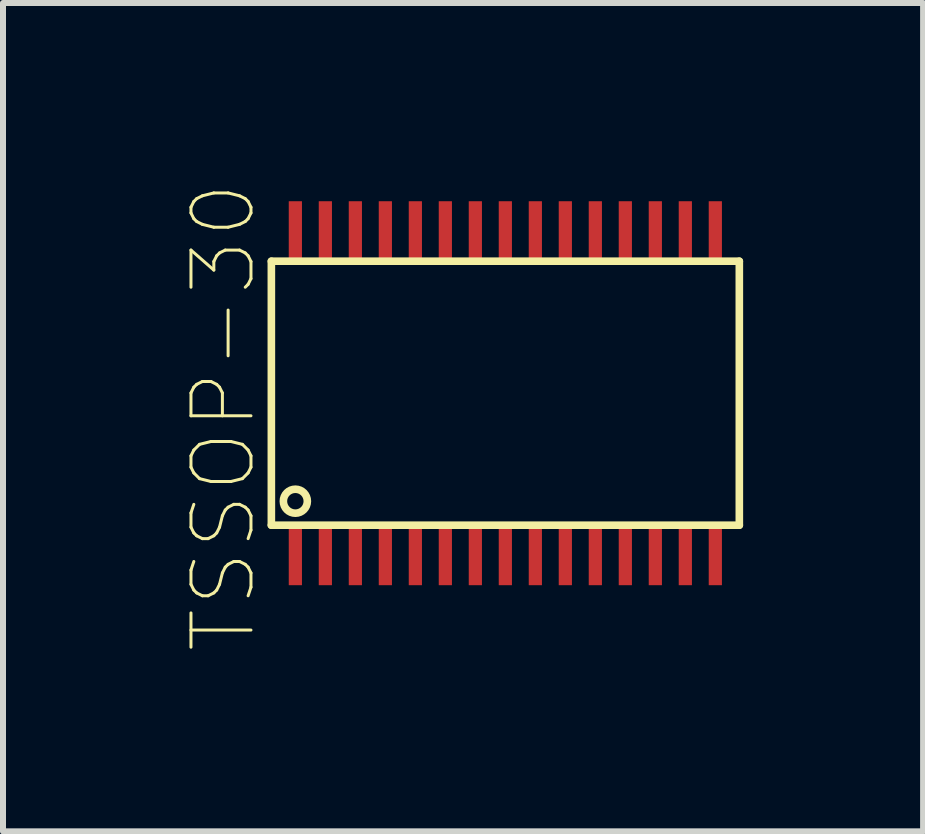
<source format=kicad_pcb>
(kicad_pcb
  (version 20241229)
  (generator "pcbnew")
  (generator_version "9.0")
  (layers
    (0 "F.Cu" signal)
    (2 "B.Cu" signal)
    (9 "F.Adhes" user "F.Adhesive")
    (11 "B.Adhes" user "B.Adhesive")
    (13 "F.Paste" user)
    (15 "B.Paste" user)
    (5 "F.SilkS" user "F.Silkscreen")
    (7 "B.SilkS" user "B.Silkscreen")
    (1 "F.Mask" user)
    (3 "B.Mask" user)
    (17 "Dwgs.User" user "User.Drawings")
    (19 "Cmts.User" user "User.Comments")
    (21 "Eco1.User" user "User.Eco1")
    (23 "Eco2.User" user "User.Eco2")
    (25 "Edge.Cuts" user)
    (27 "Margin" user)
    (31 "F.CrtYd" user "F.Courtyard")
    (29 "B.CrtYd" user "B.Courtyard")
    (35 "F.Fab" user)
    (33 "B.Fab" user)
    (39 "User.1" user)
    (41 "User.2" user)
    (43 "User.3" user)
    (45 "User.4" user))
  (footprint "TSSOP-30"
    (layer "F.Cu")
    (at 1.873 6.204)
    (property "Reference" "TSSOP-30" (at -1.2 -2.3 90) (layer "F.SilkS") (effects (font (size 1 1) (thickness 0.05))))
    (attr smd)
    (fp_line (start -0.4 -4.9) (end -0.4 -0.5) (stroke (width 0.127) (type solid)) (layer "F.SilkS"))
    (fp_line (start -0.4 -0.5) (end 7.4 -0.5) (stroke (width 0.127) (type solid)) (layer "F.SilkS"))
    (fp_line (start 7.4 -4.9) (end -0.4 -4.9) (stroke (width 0.127) (type solid)) (layer "F.SilkS"))
    (fp_line (start 7.4 -0.5) (end 7.4 -4.9) (stroke (width 0.127) (type solid)) (layer "F.SilkS"))
    (fp_circle (center 0 -0.9) (end 0.2 -0.9) (stroke (width 0.127) (type solid)) (fill no) (layer "F.SilkS"))
    (pad "1" smd rect (at 0 0 90) (size 1 0.22) (layers "F.Cu" "F.Mask" "F.Paste"))
    (pad "2" smd rect (at 0.5 0 90) (size 1 0.22) (layers "F.Cu" "F.Mask" "F.Paste"))
    (pad "3" smd rect (at 1 0 90) (size 1 0.22) (layers "F.Cu" "F.Mask" "F.Paste"))
    (pad "4" smd rect (at 1.5 0 90) (size 1 0.22) (layers "F.Cu" "F.Mask" "F.Paste"))
    (pad "5" smd rect (at 2 0 90) (size 1 0.22) (layers "F.Cu" "F.Mask" "F.Paste"))
    (pad "6" smd rect (at 2.5 0 90) (size 1 0.22) (layers "F.Cu" "F.Mask" "F.Paste"))
    (pad "7" smd rect (at 3 0 90) (size 1 0.22) (layers "F.Cu" "F.Mask" "F.Paste"))
    (pad "8" smd rect (at 3.5 0 90) (size 1 0.22) (layers "F.Cu" "F.Mask" "F.Paste"))
    (pad "9" smd rect (at 4 0 90) (size 1 0.22) (layers "F.Cu" "F.Mask" "F.Paste"))
    (pad "10" smd rect (at 4.5 0 90) (size 1 0.22) (layers "F.Cu" "F.Mask" "F.Paste"))
    (pad "11" smd rect (at 5 0 90) (size 1 0.22) (layers "F.Cu" "F.Mask" "F.Paste"))
    (pad "12" smd rect (at 5.5 0 90) (size 1 0.22) (layers "F.Cu" "F.Mask" "F.Paste"))
    (pad "13" smd rect (at 6 0 90) (size 1 0.22) (layers "F.Cu" "F.Mask" "F.Paste"))
    (pad "14" smd rect (at 6.5 0 90) (size 1 0.22) (layers "F.Cu" "F.Mask" "F.Paste"))
    (pad "15" smd rect (at 7 0 90) (size 1 0.22) (layers "F.Cu" "F.Mask" "F.Paste"))
    (pad "16" smd rect (at 7 -5.4 90) (size 1 0.22) (layers "F.Cu" "F.Mask" "F.Paste"))
    (pad "17" smd rect (at 6.5 -5.4 90) (size 1 0.22) (layers "F.Cu" "F.Mask" "F.Paste"))
    (pad "18" smd rect (at 6 -5.4 90) (size 1 0.22) (layers "F.Cu" "F.Mask" "F.Paste"))
    (pad "19" smd rect (at 5.5 -5.4 90) (size 1 0.22) (layers "F.Cu" "F.Mask" "F.Paste"))
    (pad "20" smd rect (at 5 -5.4 90) (size 1 0.22) (layers "F.Cu" "F.Mask" "F.Paste"))
    (pad "21" smd rect (at 4.5 -5.4 90) (size 1 0.22) (layers "F.Cu" "F.Mask" "F.Paste"))
    (pad "22" smd rect (at 4 -5.4 90) (size 1 0.22) (layers "F.Cu" "F.Mask" "F.Paste"))
    (pad "23" smd rect (at 3.5 -5.4 90) (size 1 0.22) (layers "F.Cu" "F.Mask" "F.Paste"))
    (pad "24" smd rect (at 3 -5.4 90) (size 1 0.22) (layers "F.Cu" "F.Mask" "F.Paste"))
    (pad "25" smd rect (at 2.5 -5.4 90) (size 1 0.22) (layers "F.Cu" "F.Mask" "F.Paste"))
    (pad "26" smd rect (at 2 -5.4 90) (size 1 0.22) (layers "F.Cu" "F.Mask" "F.Paste"))
    (pad "27" smd rect (at 1.5 -5.4 90) (size 1 0.22) (layers "F.Cu" "F.Mask" "F.Paste"))
    (pad "28" smd rect (at 1 -5.4 90) (size 1 0.22) (layers "F.Cu" "F.Mask" "F.Paste"))
    (pad "29" smd rect (at 0.5 -5.4 90) (size 1 0.22) (layers "F.Cu" "F.Mask" "F.Paste"))
    (pad "30" smd rect (at 0 -5.4 90) (size 1 0.22) (layers "F.Cu" "F.Mask" "F.Paste")))
  (gr_rect
    (start -3 -3)
    (end 12.336 10.807)
    (stroke (width 0.1) (type default))
    (fill no)
    (layer "Edge.Cuts")))
</source>
